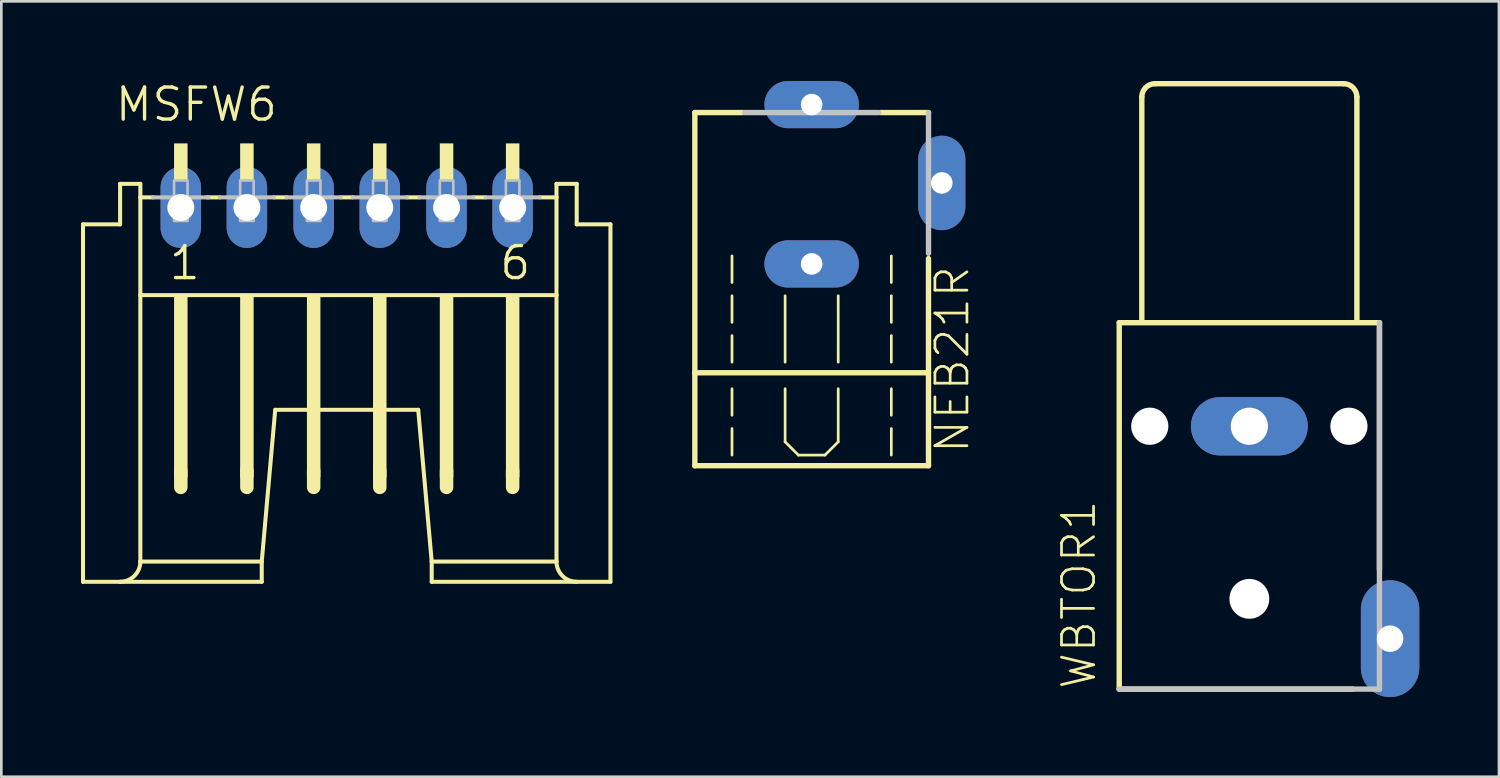
<source format=kicad_pcb>
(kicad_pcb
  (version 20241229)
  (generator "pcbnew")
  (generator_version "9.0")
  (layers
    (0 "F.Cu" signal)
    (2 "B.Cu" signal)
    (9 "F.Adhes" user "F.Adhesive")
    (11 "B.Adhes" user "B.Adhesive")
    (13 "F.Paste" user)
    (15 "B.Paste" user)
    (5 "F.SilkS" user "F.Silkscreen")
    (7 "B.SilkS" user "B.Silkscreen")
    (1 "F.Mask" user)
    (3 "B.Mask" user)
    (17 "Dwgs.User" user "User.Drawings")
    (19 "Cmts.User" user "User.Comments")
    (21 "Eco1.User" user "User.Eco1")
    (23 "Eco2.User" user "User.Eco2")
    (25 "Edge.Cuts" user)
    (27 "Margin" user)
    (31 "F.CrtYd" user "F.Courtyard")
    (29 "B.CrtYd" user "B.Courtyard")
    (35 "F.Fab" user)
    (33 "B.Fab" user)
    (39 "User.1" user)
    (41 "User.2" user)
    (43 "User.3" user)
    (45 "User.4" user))
  (footprint "WBTOR1"
    (layer "F.Cu")
    (at 44 9.002)
    (property "Reference" "WBTOR1" (at -5.715 13.97 90) (layer "F.SilkS") (effects (font (size 1.206 1.206) (thickness 0.102)) (justify left bottom)))
    (attr through_hole)
    (fp_line (start -4.9 0.1) (end -4.9 13.9) (stroke (width 0.203) (type solid)) (layer "F.SilkS"))
    (fp_line (start -4.9 0.1) (end 4.9 0.1) (stroke (width 0.203) (type solid)) (layer "F.SilkS"))
    (fp_line (start -4.9 13.9) (end 3.9 13.9) (stroke (width 0.203) (type solid)) (layer "F.SilkS"))
    (fp_line (start -4.05 0) (end -4.05 -8.4) (stroke (width 0.203) (type solid)) (layer "F.SilkS"))
    (fp_line (start -3.55 -8.9) (end 3.55 -8.9) (stroke (width 0.203) (type solid)) (layer "F.SilkS"))
    (fp_line (start 4.05 -8.4) (end 4.05 0) (stroke (width 0.203) (type solid)) (layer "F.SilkS"))
    (fp_line (start 4.9 0.1) (end 4.9 9.4) (stroke (width 0.203) (type solid)) (layer "F.SilkS"))
    (fp_arc (start -4.05 -8.4) (mid -3.903553 -8.753553) (end -3.55 -8.9) (stroke (width 0.2032) (type solid)) (layer "F.SilkS"))
    (fp_arc (start 3.55 -8.9) (mid 3.903553 -8.753553) (end 4.05 -8.4) (stroke (width 0.2032) (type solid)) (layer "F.SilkS"))
    (fp_line (start -4.9 13.9) (end 4.9 13.9) (stroke (width 0.203) (type solid)) (layer "Dwgs.User"))
    (fp_line (start 4.9 0.1) (end 4.9 13.9) (stroke (width 0.203) (type solid)) (layer "Dwgs.User"))
    (pad "" np_thru_hole circle (at -3.75 4) (size 1.4 1.4) (drill 1.4) (layers "*.Cu"))
    (pad "" np_thru_hole circle (at 0 10.5) (size 1.5 1.5) (drill 1.5) (layers "*.Cu"))
    (pad "" np_thru_hole circle (at 3.75 4) (size 1.4 1.4) (drill 1.4) (layers "*.Cu"))
    (pad "S" thru_hole oval (at 0 4) (size 4.4 2.2) (drill 1.4) (layers "*.Cu" "*.Mask"))
    (pad "T" thru_hole oval (at 5.3 12 90) (size 4.4 2.2) (drill 1) (layers "*.Cu" "*.Mask")))
  (footprint "NEB21R"
    (layer "F.Cu")
    (at 27.517 8.239)
    (property "Reference" "NEB21R" (at 6 5.85 90) (layer "F.SilkS") (effects (font (size 1.206 1.206) (thickness 0.102)) (justify left bottom)))
    (attr through_hole)
    (fp_line (start -4.4 -7.05) (end -4.4 2.75) (stroke (width 0.203) (type solid)) (layer "F.SilkS"))
    (fp_line (start -4.4 2.75) (end -4.4 6.25) (stroke (width 0.203) (type solid)) (layer "F.SilkS"))
    (fp_line (start -4.4 2.75) (end 4.4 2.75) (stroke (width 0.203) (type solid)) (layer "F.SilkS"))
    (fp_line (start -4.4 6.25) (end 4.4 6.25) (stroke (width 0.203) (type solid)) (layer "F.SilkS"))
    (fp_line (start -3 -0.65) (end -3 -1.65) (stroke (width 0.102) (type solid)) (layer "F.SilkS"))
    (fp_line (start -3 0.85) (end -3 -0.15) (stroke (width 0.102) (type solid)) (layer "F.SilkS"))
    (fp_line (start -3 2.35) (end -3 1.35) (stroke (width 0.102) (type solid)) (layer "F.SilkS"))
    (fp_line (start -3 4.35) (end -3 3.35) (stroke (width 0.102) (type solid)) (layer "F.SilkS"))
    (fp_line (start -3 5.85) (end -3 4.85) (stroke (width 0.102) (type solid)) (layer "F.SilkS"))
    (fp_line (start -2.6 -7.05) (end -4.4 -7.05) (stroke (width 0.203) (type solid)) (layer "F.SilkS"))
    (fp_line (start -1 2.35) (end -1 -0.15) (stroke (width 0.102) (type solid)) (layer "F.SilkS"))
    (fp_line (start -1 5.35) (end -1 3.35) (stroke (width 0.102) (type solid)) (layer "F.SilkS"))
    (fp_line (start -1 5.35) (end -0.5 5.85) (stroke (width 0.102) (type solid)) (layer "F.SilkS"))
    (fp_line (start -0.5 5.85) (end 0.5 5.85) (stroke (width 0.102) (type solid)) (layer "F.SilkS"))
    (fp_line (start 0.5 5.85) (end 1 5.35) (stroke (width 0.102) (type solid)) (layer "F.SilkS"))
    (fp_line (start 1 2.35) (end 1 -0.15) (stroke (width 0.102) (type solid)) (layer "F.SilkS"))
    (fp_line (start 1 5.35) (end 1 3.35) (stroke (width 0.102) (type solid)) (layer "F.SilkS"))
    (fp_line (start 3 -0.65) (end 3 -1.65) (stroke (width 0.102) (type solid)) (layer "F.SilkS"))
    (fp_line (start 3 0.85) (end 3 -0.15) (stroke (width 0.102) (type solid)) (layer "F.SilkS"))
    (fp_line (start 3 2.35) (end 3 1.35) (stroke (width 0.102) (type solid)) (layer "F.SilkS"))
    (fp_line (start 3 4.35) (end 3 3.35) (stroke (width 0.102) (type solid)) (layer "F.SilkS"))
    (fp_line (start 3 5.85) (end 3 4.85) (stroke (width 0.102) (type solid)) (layer "F.SilkS"))
    (fp_line (start 4.4 -7.05) (end 2.6 -7.05) (stroke (width 0.203) (type solid)) (layer "F.SilkS"))
    (fp_line (start 4.4 6.25) (end 4.4 -1.55) (stroke (width 0.203) (type solid)) (layer "F.SilkS"))
    (fp_line (start 2.527 -7.05) (end -2.527 -7.05) (stroke (width 0.203) (type solid)) (layer "Dwgs.User"))
    (fp_line (start 4.4 -1.75) (end 4.4 -7.05) (stroke (width 0.203) (type solid)) (layer "Dwgs.User"))
    (pad "1" thru_hole oval (at 0 -7.35) (size 3.556 1.778) (drill 0.813) (layers "*.Cu" "*.Mask"))
    (pad "2" thru_hole oval (at 4.9 -4.4 90) (size 3.556 1.778) (drill 0.813) (layers "*.Cu" "*.Mask"))
    (pad "3" thru_hole oval (at 0 -1.35) (size 3.556 1.778) (drill 0.813) (layers "*.Cu" "*.Mask")))
  (footprint "MSFW6"
    (layer "F.Cu")
    (at 3.759 6.668)
    (property "Reference" "MSFW6" (at -2.54 -5.08 0) (layer "F.SilkS") (effects (font (size 1.206 1.206) (thickness 0.127)) (justify left bottom)))
    (attr through_hole)
    (fp_line (start -3.683 12.192) (end -3.683 -1.27) (stroke (width 0.152) (type solid)) (layer "F.SilkS"))
    (fp_line (start -3.683 12.192) (end 3.048 12.192) (stroke (width 0.152) (type solid)) (layer "F.SilkS"))
    (fp_line (start -2.286 -1.27) (end -3.683 -1.27) (stroke (width 0.152) (type solid)) (layer "F.SilkS"))
    (fp_line (start -2.286 -1.27) (end -2.286 -2.794) (stroke (width 0.152) (type solid)) (layer "F.SilkS"))
    (fp_line (start -1.524 -2.794) (end -2.286 -2.794) (stroke (width 0.152) (type solid)) (layer "F.SilkS"))
    (fp_line (start -1.524 -2.286) (end -1.524 -2.794) (stroke (width 0.152) (type solid)) (layer "F.SilkS"))
    (fp_line (start -1.524 1.397) (end -1.524 -2.286) (stroke (width 0.152) (type solid)) (layer "F.SilkS"))
    (fp_line (start -1.524 11.43) (end -1.524 1.397) (stroke (width 0.152) (type solid)) (layer "F.SilkS"))
    (fp_line (start -1.524 11.43) (end 3.048 11.43) (stroke (width 0.152) (type solid)) (layer "F.SilkS"))
    (fp_line (start -1.041 -2.286) (end -1.524 -2.286) (stroke (width 0.152) (type solid)) (layer "F.SilkS"))
    (fp_line (start 0 8.001) (end 0 8.636) (stroke (width 0.508) (type solid)) (layer "F.SilkS"))
    (fp_line (start 1.473 -2.286) (end 0.991 -2.286) (stroke (width 0.152) (type solid)) (layer "F.SilkS"))
    (fp_line (start 2.489 8.001) (end 2.489 8.636) (stroke (width 0.508) (type solid)) (layer "F.SilkS"))
    (fp_line (start 3.048 11.43) (end 3.556 5.715) (stroke (width 0.152) (type solid)) (layer "F.SilkS"))
    (fp_line (start 3.048 12.192) (end 3.048 11.43) (stroke (width 0.152) (type solid)) (layer "F.SilkS"))
    (fp_line (start 3.556 5.715) (end 8.941 5.715) (stroke (width 0.152) (type solid)) (layer "F.SilkS"))
    (fp_line (start 3.988 -2.286) (end 3.505 -2.286) (stroke (width 0.152) (type solid)) (layer "F.SilkS"))
    (fp_line (start 5.004 8.001) (end 5.004 8.636) (stroke (width 0.508) (type solid)) (layer "F.SilkS"))
    (fp_line (start 6.477 -2.286) (end 6.02 -2.286) (stroke (width 0.152) (type solid)) (layer "F.SilkS"))
    (fp_line (start 7.493 8.001) (end 7.493 8.636) (stroke (width 0.508) (type solid)) (layer "F.SilkS"))
    (fp_line (start 8.992 -2.286) (end 8.509 -2.286) (stroke (width 0.152) (type solid)) (layer "F.SilkS"))
    (fp_line (start 9.449 11.43) (end 8.941 5.715) (stroke (width 0.152) (type solid)) (layer "F.SilkS"))
    (fp_line (start 9.449 12.192) (end 9.449 11.43) (stroke (width 0.152) (type solid)) (layer "F.SilkS"))
    (fp_line (start 9.449 12.192) (end 16.18 12.192) (stroke (width 0.152) (type solid)) (layer "F.SilkS"))
    (fp_line (start 10.008 8.001) (end 10.008 8.636) (stroke (width 0.508) (type solid)) (layer "F.SilkS"))
    (fp_line (start 11.481 -2.286) (end 11.024 -2.286) (stroke (width 0.152) (type solid)) (layer "F.SilkS"))
    (fp_line (start 12.497 8.001) (end 12.497 8.636) (stroke (width 0.508) (type solid)) (layer "F.SilkS"))
    (fp_line (start 14.148 -2.794) (end 14.148 -2.286) (stroke (width 0.152) (type solid)) (layer "F.SilkS"))
    (fp_line (start 14.148 -2.286) (end 13.513 -2.286) (stroke (width 0.152) (type solid)) (layer "F.SilkS"))
    (fp_line (start 14.148 -2.286) (end 14.148 1.397) (stroke (width 0.152) (type solid)) (layer "F.SilkS"))
    (fp_line (start 14.148 1.397) (end -1.524 1.397) (stroke (width 0.152) (type solid)) (layer "F.SilkS"))
    (fp_line (start 14.148 1.397) (end 14.148 11.43) (stroke (width 0.152) (type solid)) (layer "F.SilkS"))
    (fp_line (start 14.148 11.43) (end 9.449 11.43) (stroke (width 0.152) (type solid)) (layer "F.SilkS"))
    (fp_line (start 14.91 -2.794) (end 14.148 -2.794) (stroke (width 0.152) (type solid)) (layer "F.SilkS"))
    (fp_line (start 14.91 -2.794) (end 14.91 -1.27) (stroke (width 0.152) (type solid)) (layer "F.SilkS"))
    (fp_line (start 16.18 -1.27) (end 14.91 -1.27) (stroke (width 0.152) (type solid)) (layer "F.SilkS"))
    (fp_line (start 16.18 -1.27) (end 16.18 12.192) (stroke (width 0.152) (type solid)) (layer "F.SilkS"))
    (fp_arc (start -1.524 11.43) (mid -1.747185 11.968815) (end -2.286 12.192) (stroke (width 0.1524) (type solid)) (layer "F.SilkS"))
    (fp_arc (start 14.9098 12.192) (mid 14.370985 11.968815) (end 14.1478 11.43) (stroke (width 0.1524) (type solid)) (layer "F.SilkS"))
    (fp_poly (pts (xy -0.254 -2.921) (xy 0.254 -2.921) (xy 0.254 -4.318) (xy -0.254 -4.318)) (stroke (width 0) (type solid)) (fill yes) (layer "F.SilkS"))
    (fp_poly (pts (xy -0.254 8.255) (xy 0.254 8.255) (xy 0.254 1.397) (xy -0.254 1.397)) (stroke (width 0) (type solid)) (fill yes) (layer "F.SilkS"))
    (fp_poly (pts (xy 2.235 -2.921) (xy 2.743 -2.921) (xy 2.743 -4.318) (xy 2.235 -4.318)) (stroke (width 0) (type solid)) (fill yes) (layer "F.SilkS"))
    (fp_poly (pts (xy 2.235 8.255) (xy 2.743 8.255) (xy 2.743 1.397) (xy 2.235 1.397)) (stroke (width 0) (type solid)) (fill yes) (layer "F.SilkS"))
    (fp_poly (pts (xy 4.75 -2.921) (xy 5.258 -2.921) (xy 5.258 -4.318) (xy 4.75 -4.318)) (stroke (width 0) (type solid)) (fill yes) (layer "F.SilkS"))
    (fp_poly (pts (xy 4.75 8.255) (xy 5.258 8.255) (xy 5.258 1.397) (xy 4.75 1.397)) (stroke (width 0) (type solid)) (fill yes) (layer "F.SilkS"))
    (fp_poly (pts (xy 7.239 -2.921) (xy 7.747 -2.921) (xy 7.747 -4.318) (xy 7.239 -4.318)) (stroke (width 0) (type solid)) (fill yes) (layer "F.SilkS"))
    (fp_poly (pts (xy 7.239 8.255) (xy 7.747 8.255) (xy 7.747 1.397) (xy 7.239 1.397)) (stroke (width 0) (type solid)) (fill yes) (layer "F.SilkS"))
    (fp_poly (pts (xy 9.754 -2.921) (xy 10.262 -2.921) (xy 10.262 -4.318) (xy 9.754 -4.318)) (stroke (width 0) (type solid)) (fill yes) (layer "F.SilkS"))
    (fp_poly (pts (xy 9.754 8.255) (xy 10.262 8.255) (xy 10.262 1.397) (xy 9.754 1.397)) (stroke (width 0) (type solid)) (fill yes) (layer "F.SilkS"))
    (fp_poly (pts (xy 12.243 -2.921) (xy 12.751 -2.921) (xy 12.751 -4.318) (xy 12.243 -4.318)) (stroke (width 0) (type solid)) (fill yes) (layer "F.SilkS"))
    (fp_poly (pts (xy 12.243 8.255) (xy 12.751 8.255) (xy 12.751 1.397) (xy 12.243 1.397)) (stroke (width 0) (type solid)) (fill yes) (layer "F.SilkS"))
    (fp_line (start -1.041 -2.286) (end 1.041 -2.286) (stroke (width 0.152) (type solid)) (layer "Dwgs.User"))
    (fp_line (start 1.473 -2.286) (end 3.505 -2.286) (stroke (width 0.152) (type solid)) (layer "Dwgs.User"))
    (fp_line (start 3.988 -2.286) (end 6.02 -2.286) (stroke (width 0.152) (type solid)) (layer "Dwgs.User"))
    (fp_line (start 6.477 -2.286) (end 8.509 -2.286) (stroke (width 0.152) (type solid)) (layer "Dwgs.User"))
    (fp_line (start 8.992 -2.286) (end 11.024 -2.286) (stroke (width 0.152) (type solid)) (layer "Dwgs.User"))
    (fp_line (start 11.481 -2.286) (end 13.513 -2.286) (stroke (width 0.152) (type solid)) (layer "Dwgs.User"))
    (fp_poly (pts (xy -0.254 -1.397) (xy 0.254 -1.397) (xy 0.254 -2.921) (xy -0.254 -2.921)) (stroke (width 0.1) (type solid)) (fill no) (layer "Dwgs.User"))
    (fp_poly (pts (xy 2.235 -1.397) (xy 2.743 -1.397) (xy 2.743 -2.921) (xy 2.235 -2.921)) (stroke (width 0.1) (type solid)) (fill no) (layer "Dwgs.User"))
    (fp_poly (pts (xy 4.75 -1.397) (xy 5.258 -1.397) (xy 5.258 -2.921) (xy 4.75 -2.921)) (stroke (width 0.1) (type solid)) (fill no) (layer "Dwgs.User"))
    (fp_poly (pts (xy 7.239 -1.397) (xy 7.747 -1.397) (xy 7.747 -2.921) (xy 7.239 -2.921)) (stroke (width 0.1) (type solid)) (fill no) (layer "Dwgs.User"))
    (fp_poly (pts (xy 9.754 -1.397) (xy 10.262 -1.397) (xy 10.262 -2.921) (xy 9.754 -2.921)) (stroke (width 0.1) (type solid)) (fill no) (layer "Dwgs.User"))
    (fp_poly (pts (xy 12.243 -1.397) (xy 12.751 -1.397) (xy 12.751 -2.921) (xy 12.243 -2.921)) (stroke (width 0.1) (type solid)) (fill no) (layer "Dwgs.User"))
    (fp_text user "1" (at -0.508 0.889 0) (layer "F.SilkS") (effects (font (size 1.206 1.206) (thickness 0.127)) (justify left bottom)))
    (fp_text user "6" (at 11.938 0.889 0) (layer "F.SilkS") (effects (font (size 1.206 1.206) (thickness 0.127)) (justify left bottom)))
    (pad "1" thru_hole oval (at 0 -1.905 90) (size 3.048 1.524) (drill 1.016) (layers "*.Cu" "*.Mask"))
    (pad "2" thru_hole oval (at 2.489 -1.905 90) (size 3.048 1.524) (drill 1.016) (layers "*.Cu" "*.Mask"))
    (pad "3" thru_hole oval (at 5.004 -1.905 90) (size 3.048 1.524) (drill 1.016) (layers "*.Cu" "*.Mask"))
    (pad "4" thru_hole oval (at 7.493 -1.905 90) (size 3.048 1.524) (drill 1.016) (layers "*.Cu" "*.Mask"))
    (pad "5" thru_hole oval (at 10.008 -1.905 90) (size 3.048 1.524) (drill 1.016) (layers "*.Cu" "*.Mask"))
    (pad "6" thru_hole oval (at 12.497 -1.905 90) (size 3.048 1.524) (drill 1.016) (layers "*.Cu" "*.Mask")))
  (gr_rect
    (start -3 -3)
    (end 53.4 26.202)
    (stroke (width 0.1) (type default))
    (fill no)
    (layer "Edge.Cuts")))
</source>
